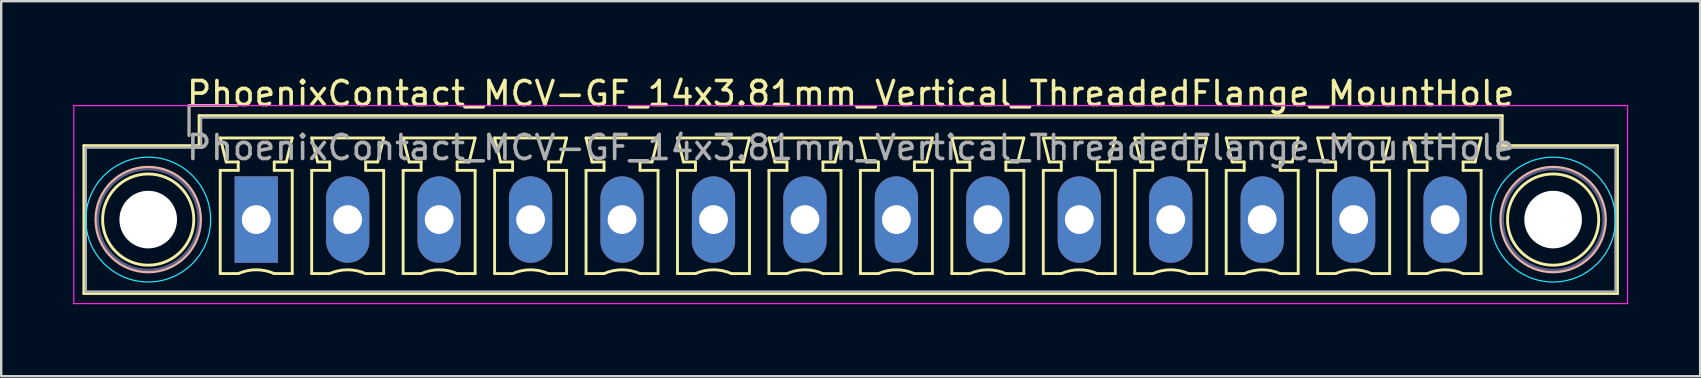
<source format=kicad_pcb>
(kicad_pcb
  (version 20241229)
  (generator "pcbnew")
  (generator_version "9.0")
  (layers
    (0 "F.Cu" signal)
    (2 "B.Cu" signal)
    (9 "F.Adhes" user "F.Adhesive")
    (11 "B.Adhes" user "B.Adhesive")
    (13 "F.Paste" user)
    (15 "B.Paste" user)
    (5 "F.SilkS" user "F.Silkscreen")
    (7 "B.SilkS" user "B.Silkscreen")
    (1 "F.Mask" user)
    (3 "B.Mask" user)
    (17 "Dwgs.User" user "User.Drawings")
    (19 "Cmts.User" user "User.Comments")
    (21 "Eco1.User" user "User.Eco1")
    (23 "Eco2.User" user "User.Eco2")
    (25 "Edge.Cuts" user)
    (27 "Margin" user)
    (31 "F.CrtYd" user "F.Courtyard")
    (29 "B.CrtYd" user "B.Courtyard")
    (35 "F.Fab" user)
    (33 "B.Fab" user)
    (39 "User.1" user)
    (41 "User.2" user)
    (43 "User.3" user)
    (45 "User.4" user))
  (footprint "PhoenixContact_MCV-GF_14x3.81mm_Vertical_ThreadedFlange_MountHole"
    (layer "F.Cu")
    (at 7.625 6.098)
    (property "Reference" "PhoenixContact_MCV-GF_14x3.81mm_Vertical_ThreadedFlange_MountHole" (at 24.765 -5.25 0) (layer "F.SilkS") (effects (font (size 1 1) (thickness 0.15))))
    (attr through_hole)
    (fp_line (start -7.18 -3.08) (end -7.18 3.08) (stroke (width 0.12) (type solid)) (layer "F.SilkS"))
    (fp_line (start -7.18 3.08) (end 56.71 3.08) (stroke (width 0.12) (type solid)) (layer "F.SilkS"))
    (fp_line (start -2.8 -4.75) (end -0.8 -4.75) (stroke (width 0.12) (type solid)) (layer "F.SilkS"))
    (fp_line (start -2.8 -3.5) (end -2.8 -4.75) (stroke (width 0.12) (type solid)) (layer "F.SilkS"))
    (fp_line (start -2.38 -4.33) (end -2.38 -3.08) (stroke (width 0.12) (type solid)) (layer "F.SilkS"))
    (fp_line (start -2.38 -3.08) (end -7.18 -3.08) (stroke (width 0.12) (type solid)) (layer "F.SilkS"))
    (fp_line (start -1.5 -3.4) (end 1.5 -3.4) (stroke (width 0.12) (type solid)) (layer "F.SilkS"))
    (fp_line (start -1.5 -2.05) (end -0.75 -2.05) (stroke (width 0.12) (type solid)) (layer "F.SilkS"))
    (fp_line (start -1.5 2.25) (end -1.5 -2.05) (stroke (width 0.12) (type solid)) (layer "F.SilkS"))
    (fp_line (start -1.25 -2.4) (end -1.5 -3.4) (stroke (width 0.12) (type solid)) (layer "F.SilkS"))
    (fp_line (start -0.75 -2.4) (end -1.25 -2.4) (stroke (width 0.12) (type solid)) (layer "F.SilkS"))
    (fp_line (start -0.75 -2.05) (end -0.75 -2.4) (stroke (width 0.12) (type solid)) (layer "F.SilkS"))
    (fp_line (start -0.75 2.25) (end -1.5 2.25) (stroke (width 0.12) (type solid)) (layer "F.SilkS"))
    (fp_line (start 0.75 -2.4) (end 0.75 -2.05) (stroke (width 0.12) (type solid)) (layer "F.SilkS"))
    (fp_line (start 0.75 -2.05) (end 1.5 -2.05) (stroke (width 0.12) (type solid)) (layer "F.SilkS"))
    (fp_line (start 1.25 -2.4) (end 0.75 -2.4) (stroke (width 0.12) (type solid)) (layer "F.SilkS"))
    (fp_line (start 1.5 -3.4) (end 1.25 -2.4) (stroke (width 0.12) (type solid)) (layer "F.SilkS"))
    (fp_line (start 1.5 -2.05) (end 1.5 2.25) (stroke (width 0.12) (type solid)) (layer "F.SilkS"))
    (fp_line (start 1.5 2.25) (end 0.75 2.25) (stroke (width 0.12) (type solid)) (layer "F.SilkS"))
    (fp_line (start 2.31 -3.4) (end 5.31 -3.4) (stroke (width 0.12) (type solid)) (layer "F.SilkS"))
    (fp_line (start 2.31 -2.05) (end 3.06 -2.05) (stroke (width 0.12) (type solid)) (layer "F.SilkS"))
    (fp_line (start 2.31 2.25) (end 2.31 -2.05) (stroke (width 0.12) (type solid)) (layer "F.SilkS"))
    (fp_line (start 2.56 -2.4) (end 2.31 -3.4) (stroke (width 0.12) (type solid)) (layer "F.SilkS"))
    (fp_line (start 3.06 -2.4) (end 2.56 -2.4) (stroke (width 0.12) (type solid)) (layer "F.SilkS"))
    (fp_line (start 3.06 -2.05) (end 3.06 -2.4) (stroke (width 0.12) (type solid)) (layer "F.SilkS"))
    (fp_line (start 3.06 2.25) (end 2.31 2.25) (stroke (width 0.12) (type solid)) (layer "F.SilkS"))
    (fp_line (start 4.56 -2.4) (end 4.56 -2.05) (stroke (width 0.12) (type solid)) (layer "F.SilkS"))
    (fp_line (start 4.56 -2.05) (end 5.31 -2.05) (stroke (width 0.12) (type solid)) (layer "F.SilkS"))
    (fp_line (start 5.06 -2.4) (end 4.56 -2.4) (stroke (width 0.12) (type solid)) (layer "F.SilkS"))
    (fp_line (start 5.31 -3.4) (end 5.06 -2.4) (stroke (width 0.12) (type solid)) (layer "F.SilkS"))
    (fp_line (start 5.31 -2.05) (end 5.31 2.25) (stroke (width 0.12) (type solid)) (layer "F.SilkS"))
    (fp_line (start 5.31 2.25) (end 4.56 2.25) (stroke (width 0.12) (type solid)) (layer "F.SilkS"))
    (fp_line (start 6.12 -3.4) (end 9.12 -3.4) (stroke (width 0.12) (type solid)) (layer "F.SilkS"))
    (fp_line (start 6.12 -2.05) (end 6.87 -2.05) (stroke (width 0.12) (type solid)) (layer "F.SilkS"))
    (fp_line (start 6.12 2.25) (end 6.12 -2.05) (stroke (width 0.12) (type solid)) (layer "F.SilkS"))
    (fp_line (start 6.37 -2.4) (end 6.12 -3.4) (stroke (width 0.12) (type solid)) (layer "F.SilkS"))
    (fp_line (start 6.87 -2.4) (end 6.37 -2.4) (stroke (width 0.12) (type solid)) (layer "F.SilkS"))
    (fp_line (start 6.87 -2.05) (end 6.87 -2.4) (stroke (width 0.12) (type solid)) (layer "F.SilkS"))
    (fp_line (start 6.87 2.25) (end 6.12 2.25) (stroke (width 0.12) (type solid)) (layer "F.SilkS"))
    (fp_line (start 8.37 -2.4) (end 8.37 -2.05) (stroke (width 0.12) (type solid)) (layer "F.SilkS"))
    (fp_line (start 8.37 -2.05) (end 9.12 -2.05) (stroke (width 0.12) (type solid)) (layer "F.SilkS"))
    (fp_line (start 8.87 -2.4) (end 8.37 -2.4) (stroke (width 0.12) (type solid)) (layer "F.SilkS"))
    (fp_line (start 9.12 -3.4) (end 8.87 -2.4) (stroke (width 0.12) (type solid)) (layer "F.SilkS"))
    (fp_line (start 9.12 -2.05) (end 9.12 2.25) (stroke (width 0.12) (type solid)) (layer "F.SilkS"))
    (fp_line (start 9.12 2.25) (end 8.37 2.25) (stroke (width 0.12) (type solid)) (layer "F.SilkS"))
    (fp_line (start 9.93 -3.4) (end 12.93 -3.4) (stroke (width 0.12) (type solid)) (layer "F.SilkS"))
    (fp_line (start 9.93 -2.05) (end 10.68 -2.05) (stroke (width 0.12) (type solid)) (layer "F.SilkS"))
    (fp_line (start 9.93 2.25) (end 9.93 -2.05) (stroke (width 0.12) (type solid)) (layer "F.SilkS"))
    (fp_line (start 10.18 -2.4) (end 9.93 -3.4) (stroke (width 0.12) (type solid)) (layer "F.SilkS"))
    (fp_line (start 10.68 -2.4) (end 10.18 -2.4) (stroke (width 0.12) (type solid)) (layer "F.SilkS"))
    (fp_line (start 10.68 -2.05) (end 10.68 -2.4) (stroke (width 0.12) (type solid)) (layer "F.SilkS"))
    (fp_line (start 10.68 2.25) (end 9.93 2.25) (stroke (width 0.12) (type solid)) (layer "F.SilkS"))
    (fp_line (start 12.18 -2.4) (end 12.18 -2.05) (stroke (width 0.12) (type solid)) (layer "F.SilkS"))
    (fp_line (start 12.18 -2.05) (end 12.93 -2.05) (stroke (width 0.12) (type solid)) (layer "F.SilkS"))
    (fp_line (start 12.68 -2.4) (end 12.18 -2.4) (stroke (width 0.12) (type solid)) (layer "F.SilkS"))
    (fp_line (start 12.93 -3.4) (end 12.68 -2.4) (stroke (width 0.12) (type solid)) (layer "F.SilkS"))
    (fp_line (start 12.93 -2.05) (end 12.93 2.25) (stroke (width 0.12) (type solid)) (layer "F.SilkS"))
    (fp_line (start 12.93 2.25) (end 12.18 2.25) (stroke (width 0.12) (type solid)) (layer "F.SilkS"))
    (fp_line (start 13.74 -3.4) (end 16.74 -3.4) (stroke (width 0.12) (type solid)) (layer "F.SilkS"))
    (fp_line (start 13.74 -2.05) (end 14.49 -2.05) (stroke (width 0.12) (type solid)) (layer "F.SilkS"))
    (fp_line (start 13.74 2.25) (end 13.74 -2.05) (stroke (width 0.12) (type solid)) (layer "F.SilkS"))
    (fp_line (start 13.99 -2.4) (end 13.74 -3.4) (stroke (width 0.12) (type solid)) (layer "F.SilkS"))
    (fp_line (start 14.49 -2.4) (end 13.99 -2.4) (stroke (width 0.12) (type solid)) (layer "F.SilkS"))
    (fp_line (start 14.49 -2.05) (end 14.49 -2.4) (stroke (width 0.12) (type solid)) (layer "F.SilkS"))
    (fp_line (start 14.49 2.25) (end 13.74 2.25) (stroke (width 0.12) (type solid)) (layer "F.SilkS"))
    (fp_line (start 15.99 -2.4) (end 15.99 -2.05) (stroke (width 0.12) (type solid)) (layer "F.SilkS"))
    (fp_line (start 15.99 -2.05) (end 16.74 -2.05) (stroke (width 0.12) (type solid)) (layer "F.SilkS"))
    (fp_line (start 16.49 -2.4) (end 15.99 -2.4) (stroke (width 0.12) (type solid)) (layer "F.SilkS"))
    (fp_line (start 16.74 -3.4) (end 16.49 -2.4) (stroke (width 0.12) (type solid)) (layer "F.SilkS"))
    (fp_line (start 16.74 -2.05) (end 16.74 2.25) (stroke (width 0.12) (type solid)) (layer "F.SilkS"))
    (fp_line (start 16.74 2.25) (end 15.99 2.25) (stroke (width 0.12) (type solid)) (layer "F.SilkS"))
    (fp_line (start 17.55 -3.4) (end 20.55 -3.4) (stroke (width 0.12) (type solid)) (layer "F.SilkS"))
    (fp_line (start 17.55 -2.05) (end 18.3 -2.05) (stroke (width 0.12) (type solid)) (layer "F.SilkS"))
    (fp_line (start 17.55 2.25) (end 17.55 -2.05) (stroke (width 0.12) (type solid)) (layer "F.SilkS"))
    (fp_line (start 17.8 -2.4) (end 17.55 -3.4) (stroke (width 0.12) (type solid)) (layer "F.SilkS"))
    (fp_line (start 18.3 -2.4) (end 17.8 -2.4) (stroke (width 0.12) (type solid)) (layer "F.SilkS"))
    (fp_line (start 18.3 -2.05) (end 18.3 -2.4) (stroke (width 0.12) (type solid)) (layer "F.SilkS"))
    (fp_line (start 18.3 2.25) (end 17.55 2.25) (stroke (width 0.12) (type solid)) (layer "F.SilkS"))
    (fp_line (start 19.8 -2.4) (end 19.8 -2.05) (stroke (width 0.12) (type solid)) (layer "F.SilkS"))
    (fp_line (start 19.8 -2.05) (end 20.55 -2.05) (stroke (width 0.12) (type solid)) (layer "F.SilkS"))
    (fp_line (start 20.3 -2.4) (end 19.8 -2.4) (stroke (width 0.12) (type solid)) (layer "F.SilkS"))
    (fp_line (start 20.55 -3.4) (end 20.3 -2.4) (stroke (width 0.12) (type solid)) (layer "F.SilkS"))
    (fp_line (start 20.55 -2.05) (end 20.55 2.25) (stroke (width 0.12) (type solid)) (layer "F.SilkS"))
    (fp_line (start 20.55 2.25) (end 19.8 2.25) (stroke (width 0.12) (type solid)) (layer "F.SilkS"))
    (fp_line (start 21.36 -3.4) (end 24.36 -3.4) (stroke (width 0.12) (type solid)) (layer "F.SilkS"))
    (fp_line (start 21.36 -2.05) (end 22.11 -2.05) (stroke (width 0.12) (type solid)) (layer "F.SilkS"))
    (fp_line (start 21.36 2.25) (end 21.36 -2.05) (stroke (width 0.12) (type solid)) (layer "F.SilkS"))
    (fp_line (start 21.61 -2.4) (end 21.36 -3.4) (stroke (width 0.12) (type solid)) (layer "F.SilkS"))
    (fp_line (start 22.11 -2.4) (end 21.61 -2.4) (stroke (width 0.12) (type solid)) (layer "F.SilkS"))
    (fp_line (start 22.11 -2.05) (end 22.11 -2.4) (stroke (width 0.12) (type solid)) (layer "F.SilkS"))
    (fp_line (start 22.11 2.25) (end 21.36 2.25) (stroke (width 0.12) (type solid)) (layer "F.SilkS"))
    (fp_line (start 23.61 -2.4) (end 23.61 -2.05) (stroke (width 0.12) (type solid)) (layer "F.SilkS"))
    (fp_line (start 23.61 -2.05) (end 24.36 -2.05) (stroke (width 0.12) (type solid)) (layer "F.SilkS"))
    (fp_line (start 24.11 -2.4) (end 23.61 -2.4) (stroke (width 0.12) (type solid)) (layer "F.SilkS"))
    (fp_line (start 24.36 -3.4) (end 24.11 -2.4) (stroke (width 0.12) (type solid)) (layer "F.SilkS"))
    (fp_line (start 24.36 -2.05) (end 24.36 2.25) (stroke (width 0.12) (type solid)) (layer "F.SilkS"))
    (fp_line (start 24.36 2.25) (end 23.61 2.25) (stroke (width 0.12) (type solid)) (layer "F.SilkS"))
    (fp_line (start 25.17 -3.4) (end 28.17 -3.4) (stroke (width 0.12) (type solid)) (layer "F.SilkS"))
    (fp_line (start 25.17 -2.05) (end 25.92 -2.05) (stroke (width 0.12) (type solid)) (layer "F.SilkS"))
    (fp_line (start 25.17 2.25) (end 25.17 -2.05) (stroke (width 0.12) (type solid)) (layer "F.SilkS"))
    (fp_line (start 25.42 -2.4) (end 25.17 -3.4) (stroke (width 0.12) (type solid)) (layer "F.SilkS"))
    (fp_line (start 25.92 -2.4) (end 25.42 -2.4) (stroke (width 0.12) (type solid)) (layer "F.SilkS"))
    (fp_line (start 25.92 -2.05) (end 25.92 -2.4) (stroke (width 0.12) (type solid)) (layer "F.SilkS"))
    (fp_line (start 25.92 2.25) (end 25.17 2.25) (stroke (width 0.12) (type solid)) (layer "F.SilkS"))
    (fp_line (start 27.42 -2.4) (end 27.42 -2.05) (stroke (width 0.12) (type solid)) (layer "F.SilkS"))
    (fp_line (start 27.42 -2.05) (end 28.17 -2.05) (stroke (width 0.12) (type solid)) (layer "F.SilkS"))
    (fp_line (start 27.92 -2.4) (end 27.42 -2.4) (stroke (width 0.12) (type solid)) (layer "F.SilkS"))
    (fp_line (start 28.17 -3.4) (end 27.92 -2.4) (stroke (width 0.12) (type solid)) (layer "F.SilkS"))
    (fp_line (start 28.17 -2.05) (end 28.17 2.25) (stroke (width 0.12) (type solid)) (layer "F.SilkS"))
    (fp_line (start 28.17 2.25) (end 27.42 2.25) (stroke (width 0.12) (type solid)) (layer "F.SilkS"))
    (fp_line (start 28.98 -3.4) (end 31.98 -3.4) (stroke (width 0.12) (type solid)) (layer "F.SilkS"))
    (fp_line (start 28.98 -2.05) (end 29.73 -2.05) (stroke (width 0.12) (type solid)) (layer "F.SilkS"))
    (fp_line (start 28.98 2.25) (end 28.98 -2.05) (stroke (width 0.12) (type solid)) (layer "F.SilkS"))
    (fp_line (start 29.23 -2.4) (end 28.98 -3.4) (stroke (width 0.12) (type solid)) (layer "F.SilkS"))
    (fp_line (start 29.73 -2.4) (end 29.23 -2.4) (stroke (width 0.12) (type solid)) (layer "F.SilkS"))
    (fp_line (start 29.73 -2.05) (end 29.73 -2.4) (stroke (width 0.12) (type solid)) (layer "F.SilkS"))
    (fp_line (start 29.73 2.25) (end 28.98 2.25) (stroke (width 0.12) (type solid)) (layer "F.SilkS"))
    (fp_line (start 31.23 -2.4) (end 31.23 -2.05) (stroke (width 0.12) (type solid)) (layer "F.SilkS"))
    (fp_line (start 31.23 -2.05) (end 31.98 -2.05) (stroke (width 0.12) (type solid)) (layer "F.SilkS"))
    (fp_line (start 31.73 -2.4) (end 31.23 -2.4) (stroke (width 0.12) (type solid)) (layer "F.SilkS"))
    (fp_line (start 31.98 -3.4) (end 31.73 -2.4) (stroke (width 0.12) (type solid)) (layer "F.SilkS"))
    (fp_line (start 31.98 -2.05) (end 31.98 2.25) (stroke (width 0.12) (type solid)) (layer "F.SilkS"))
    (fp_line (start 31.98 2.25) (end 31.23 2.25) (stroke (width 0.12) (type solid)) (layer "F.SilkS"))
    (fp_line (start 32.79 -3.4) (end 35.79 -3.4) (stroke (width 0.12) (type solid)) (layer "F.SilkS"))
    (fp_line (start 32.79 -2.05) (end 33.54 -2.05) (stroke (width 0.12) (type solid)) (layer "F.SilkS"))
    (fp_line (start 32.79 2.25) (end 32.79 -2.05) (stroke (width 0.12) (type solid)) (layer "F.SilkS"))
    (fp_line (start 33.04 -2.4) (end 32.79 -3.4) (stroke (width 0.12) (type solid)) (layer "F.SilkS"))
    (fp_line (start 33.54 -2.4) (end 33.04 -2.4) (stroke (width 0.12) (type solid)) (layer "F.SilkS"))
    (fp_line (start 33.54 -2.05) (end 33.54 -2.4) (stroke (width 0.12) (type solid)) (layer "F.SilkS"))
    (fp_line (start 33.54 2.25) (end 32.79 2.25) (stroke (width 0.12) (type solid)) (layer "F.SilkS"))
    (fp_line (start 35.04 -2.4) (end 35.04 -2.05) (stroke (width 0.12) (type solid)) (layer "F.SilkS"))
    (fp_line (start 35.04 -2.05) (end 35.79 -2.05) (stroke (width 0.12) (type solid)) (layer "F.SilkS"))
    (fp_line (start 35.54 -2.4) (end 35.04 -2.4) (stroke (width 0.12) (type solid)) (layer "F.SilkS"))
    (fp_line (start 35.79 -3.4) (end 35.54 -2.4) (stroke (width 0.12) (type solid)) (layer "F.SilkS"))
    (fp_line (start 35.79 -2.05) (end 35.79 2.25) (stroke (width 0.12) (type solid)) (layer "F.SilkS"))
    (fp_line (start 35.79 2.25) (end 35.04 2.25) (stroke (width 0.12) (type solid)) (layer "F.SilkS"))
    (fp_line (start 36.6 -3.4) (end 39.6 -3.4) (stroke (width 0.12) (type solid)) (layer "F.SilkS"))
    (fp_line (start 36.6 -2.05) (end 37.35 -2.05) (stroke (width 0.12) (type solid)) (layer "F.SilkS"))
    (fp_line (start 36.6 2.25) (end 36.6 -2.05) (stroke (width 0.12) (type solid)) (layer "F.SilkS"))
    (fp_line (start 36.85 -2.4) (end 36.6 -3.4) (stroke (width 0.12) (type solid)) (layer "F.SilkS"))
    (fp_line (start 37.35 -2.4) (end 36.85 -2.4) (stroke (width 0.12) (type solid)) (layer "F.SilkS"))
    (fp_line (start 37.35 -2.05) (end 37.35 -2.4) (stroke (width 0.12) (type solid)) (layer "F.SilkS"))
    (fp_line (start 37.35 2.25) (end 36.6 2.25) (stroke (width 0.12) (type solid)) (layer "F.SilkS"))
    (fp_line (start 38.85 -2.4) (end 38.85 -2.05) (stroke (width 0.12) (type solid)) (layer "F.SilkS"))
    (fp_line (start 38.85 -2.05) (end 39.6 -2.05) (stroke (width 0.12) (type solid)) (layer "F.SilkS"))
    (fp_line (start 39.35 -2.4) (end 38.85 -2.4) (stroke (width 0.12) (type solid)) (layer "F.SilkS"))
    (fp_line (start 39.6 -3.4) (end 39.35 -2.4) (stroke (width 0.12) (type solid)) (layer "F.SilkS"))
    (fp_line (start 39.6 -2.05) (end 39.6 2.25) (stroke (width 0.12) (type solid)) (layer "F.SilkS"))
    (fp_line (start 39.6 2.25) (end 38.85 2.25) (stroke (width 0.12) (type solid)) (layer "F.SilkS"))
    (fp_line (start 40.41 -3.4) (end 43.41 -3.4) (stroke (width 0.12) (type solid)) (layer "F.SilkS"))
    (fp_line (start 40.41 -2.05) (end 41.16 -2.05) (stroke (width 0.12) (type solid)) (layer "F.SilkS"))
    (fp_line (start 40.41 2.25) (end 40.41 -2.05) (stroke (width 0.12) (type solid)) (layer "F.SilkS"))
    (fp_line (start 40.66 -2.4) (end 40.41 -3.4) (stroke (width 0.12) (type solid)) (layer "F.SilkS"))
    (fp_line (start 41.16 -2.4) (end 40.66 -2.4) (stroke (width 0.12) (type solid)) (layer "F.SilkS"))
    (fp_line (start 41.16 -2.05) (end 41.16 -2.4) (stroke (width 0.12) (type solid)) (layer "F.SilkS"))
    (fp_line (start 41.16 2.25) (end 40.41 2.25) (stroke (width 0.12) (type solid)) (layer "F.SilkS"))
    (fp_line (start 42.66 -2.4) (end 42.66 -2.05) (stroke (width 0.12) (type solid)) (layer "F.SilkS"))
    (fp_line (start 42.66 -2.05) (end 43.41 -2.05) (stroke (width 0.12) (type solid)) (layer "F.SilkS"))
    (fp_line (start 43.16 -2.4) (end 42.66 -2.4) (stroke (width 0.12) (type solid)) (layer "F.SilkS"))
    (fp_line (start 43.41 -3.4) (end 43.16 -2.4) (stroke (width 0.12) (type solid)) (layer "F.SilkS"))
    (fp_line (start 43.41 -2.05) (end 43.41 2.25) (stroke (width 0.12) (type solid)) (layer "F.SilkS"))
    (fp_line (start 43.41 2.25) (end 42.66 2.25) (stroke (width 0.12) (type solid)) (layer "F.SilkS"))
    (fp_line (start 44.22 -3.4) (end 47.22 -3.4) (stroke (width 0.12) (type solid)) (layer "F.SilkS"))
    (fp_line (start 44.22 -2.05) (end 44.97 -2.05) (stroke (width 0.12) (type solid)) (layer "F.SilkS"))
    (fp_line (start 44.22 2.25) (end 44.22 -2.05) (stroke (width 0.12) (type solid)) (layer "F.SilkS"))
    (fp_line (start 44.47 -2.4) (end 44.22 -3.4) (stroke (width 0.12) (type solid)) (layer "F.SilkS"))
    (fp_line (start 44.97 -2.4) (end 44.47 -2.4) (stroke (width 0.12) (type solid)) (layer "F.SilkS"))
    (fp_line (start 44.97 -2.05) (end 44.97 -2.4) (stroke (width 0.12) (type solid)) (layer "F.SilkS"))
    (fp_line (start 44.97 2.25) (end 44.22 2.25) (stroke (width 0.12) (type solid)) (layer "F.SilkS"))
    (fp_line (start 46.47 -2.4) (end 46.47 -2.05) (stroke (width 0.12) (type solid)) (layer "F.SilkS"))
    (fp_line (start 46.47 -2.05) (end 47.22 -2.05) (stroke (width 0.12) (type solid)) (layer "F.SilkS"))
    (fp_line (start 46.97 -2.4) (end 46.47 -2.4) (stroke (width 0.12) (type solid)) (layer "F.SilkS"))
    (fp_line (start 47.22 -3.4) (end 46.97 -2.4) (stroke (width 0.12) (type solid)) (layer "F.SilkS"))
    (fp_line (start 47.22 -2.05) (end 47.22 2.25) (stroke (width 0.12) (type solid)) (layer "F.SilkS"))
    (fp_line (start 47.22 2.25) (end 46.47 2.25) (stroke (width 0.12) (type solid)) (layer "F.SilkS"))
    (fp_line (start 48.03 -3.4) (end 51.03 -3.4) (stroke (width 0.12) (type solid)) (layer "F.SilkS"))
    (fp_line (start 48.03 -2.05) (end 48.78 -2.05) (stroke (width 0.12) (type solid)) (layer "F.SilkS"))
    (fp_line (start 48.03 2.25) (end 48.03 -2.05) (stroke (width 0.12) (type solid)) (layer "F.SilkS"))
    (fp_line (start 48.28 -2.4) (end 48.03 -3.4) (stroke (width 0.12) (type solid)) (layer "F.SilkS"))
    (fp_line (start 48.78 -2.4) (end 48.28 -2.4) (stroke (width 0.12) (type solid)) (layer "F.SilkS"))
    (fp_line (start 48.78 -2.05) (end 48.78 -2.4) (stroke (width 0.12) (type solid)) (layer "F.SilkS"))
    (fp_line (start 48.78 2.25) (end 48.03 2.25) (stroke (width 0.12) (type solid)) (layer "F.SilkS"))
    (fp_line (start 50.28 -2.4) (end 50.28 -2.05) (stroke (width 0.12) (type solid)) (layer "F.SilkS"))
    (fp_line (start 50.28 -2.05) (end 51.03 -2.05) (stroke (width 0.12) (type solid)) (layer "F.SilkS"))
    (fp_line (start 50.78 -2.4) (end 50.28 -2.4) (stroke (width 0.12) (type solid)) (layer "F.SilkS"))
    (fp_line (start 51.03 -3.4) (end 50.78 -2.4) (stroke (width 0.12) (type solid)) (layer "F.SilkS"))
    (fp_line (start 51.03 -2.05) (end 51.03 2.25) (stroke (width 0.12) (type solid)) (layer "F.SilkS"))
    (fp_line (start 51.03 2.25) (end 50.28 2.25) (stroke (width 0.12) (type solid)) (layer "F.SilkS"))
    (fp_line (start 51.91 -4.33) (end -2.38 -4.33) (stroke (width 0.12) (type solid)) (layer "F.SilkS"))
    (fp_line (start 51.91 -3.08) (end 51.91 -4.33) (stroke (width 0.12) (type solid)) (layer "F.SilkS"))
    (fp_line (start 56.71 -3.08) (end 51.91 -3.08) (stroke (width 0.12) (type solid)) (layer "F.SilkS"))
    (fp_line (start 56.71 3.08) (end 56.71 -3.08) (stroke (width 0.12) (type solid)) (layer "F.SilkS"))
    (fp_arc (start -0.75 2.25) (mid -0.000193 2.09191) (end 0.749647 2.249844) (stroke (width 0.12) (type solid)) (layer "F.SilkS"))
    (fp_arc (start 3.06 2.25) (mid 3.809807 2.09191) (end 4.559647 2.249844) (stroke (width 0.12) (type solid)) (layer "F.SilkS"))
    (fp_arc (start 6.87 2.25) (mid 7.619807 2.09191) (end 8.369647 2.249844) (stroke (width 0.12) (type solid)) (layer "F.SilkS"))
    (fp_arc (start 10.68 2.25) (mid 11.429807 2.09191) (end 12.179647 2.249844) (stroke (width 0.12) (type solid)) (layer "F.SilkS"))
    (fp_arc (start 14.49 2.25) (mid 15.239807 2.09191) (end 15.989647 2.249844) (stroke (width 0.12) (type solid)) (layer "F.SilkS"))
    (fp_arc (start 18.3 2.25) (mid 19.049807 2.09191) (end 19.799647 2.249844) (stroke (width 0.12) (type solid)) (layer "F.SilkS"))
    (fp_arc (start 22.11 2.25) (mid 22.859807 2.09191) (end 23.609647 2.249844) (stroke (width 0.12) (type solid)) (layer "F.SilkS"))
    (fp_arc (start 25.92 2.25) (mid 26.669807 2.09191) (end 27.419647 2.249844) (stroke (width 0.12) (type solid)) (layer "F.SilkS"))
    (fp_arc (start 29.73 2.25) (mid 30.479807 2.09191) (end 31.229647 2.249844) (stroke (width 0.12) (type solid)) (layer "F.SilkS"))
    (fp_arc (start 33.54 2.25) (mid 34.289807 2.09191) (end 35.039647 2.249844) (stroke (width 0.12) (type solid)) (layer "F.SilkS"))
    (fp_arc (start 37.35 2.25) (mid 38.099807 2.09191) (end 38.849647 2.249844) (stroke (width 0.12) (type solid)) (layer "F.SilkS"))
    (fp_arc (start 41.16 2.25) (mid 41.909807 2.09191) (end 42.659647 2.249844) (stroke (width 0.12) (type solid)) (layer "F.SilkS"))
    (fp_arc (start 44.97 2.25) (mid 45.719807 2.09191) (end 46.469647 2.249844) (stroke (width 0.12) (type solid)) (layer "F.SilkS"))
    (fp_arc (start 48.78 2.25) (mid 49.529807 2.09191) (end 50.279647 2.249844) (stroke (width 0.12) (type solid)) (layer "F.SilkS"))
    (fp_circle (center -4.5 0) (end -2.6 0) (stroke (width 0.12) (type solid)) (fill no) (layer "F.SilkS"))
    (fp_circle (center 54.03 0) (end 55.93 0) (stroke (width 0.12) (type solid)) (fill no) (layer "F.SilkS"))
    (fp_circle (center -4.5 0) (end -2.32 0) (stroke (width 0.12) (type solid)) (fill no) (layer "B.SilkS"))
    (fp_circle (center 54.03 0) (end 56.21 0) (stroke (width 0.12) (type solid)) (fill no) (layer "B.SilkS"))
    (fp_circle (center -4.5 0) (end -1.9 0) (stroke (width 0.05) (type solid)) (fill no) (layer "B.CrtYd"))
    (fp_circle (center 54.03 0) (end 56.63 0) (stroke (width 0.05) (type solid)) (fill no) (layer "B.CrtYd"))
    (fp_line (start -7.6 -4.75) (end -7.6 3.5) (stroke (width 0.05) (type solid)) (layer "F.CrtYd"))
    (fp_line (start -7.6 3.5) (end 57.13 3.5) (stroke (width 0.05) (type solid)) (layer "F.CrtYd"))
    (fp_line (start 57.13 -4.75) (end -7.6 -4.75) (stroke (width 0.05) (type solid)) (layer "F.CrtYd"))
    (fp_line (start 57.13 3.5) (end 57.13 -4.75) (stroke (width 0.05) (type solid)) (layer "F.CrtYd"))
    (fp_circle (center -4.5 0) (end -2.4 0) (stroke (width 0.1) (type solid)) (fill no) (layer "B.Fab"))
    (fp_circle (center 54.03 0) (end 56.13 0) (stroke (width 0.1) (type solid)) (fill no) (layer "B.Fab"))
    (fp_line (start -7.1 -3) (end -7.1 3) (stroke (width 0.1) (type solid)) (layer "F.Fab"))
    (fp_line (start -7.1 3) (end 56.63 3) (stroke (width 0.1) (type solid)) (layer "F.Fab"))
    (fp_line (start -2.8 -4.75) (end -0.8 -4.75) (stroke (width 0.1) (type solid)) (layer "F.Fab"))
    (fp_line (start -2.8 -3.5) (end -2.8 -4.75) (stroke (width 0.1) (type solid)) (layer "F.Fab"))
    (fp_line (start -2.3 -4.25) (end -2.3 -3) (stroke (width 0.1) (type solid)) (layer "F.Fab"))
    (fp_line (start -2.3 -3) (end -7.1 -3) (stroke (width 0.1) (type solid)) (layer "F.Fab"))
    (fp_line (start 51.83 -4.25) (end -2.3 -4.25) (stroke (width 0.1) (type solid)) (layer "F.Fab"))
    (fp_line (start 51.83 -3) (end 51.83 -4.25) (stroke (width 0.1) (type solid)) (layer "F.Fab"))
    (fp_line (start 56.63 -3) (end 51.83 -3) (stroke (width 0.1) (type solid)) (layer "F.Fab"))
    (fp_line (start 56.63 3) (end 56.63 -3) (stroke (width 0.1) (type solid)) (layer "F.Fab"))
    (fp_text user "${REFERENCE}" (at 24.765 -3 0) (layer "F.Fab") (effects (font (size 1 1) (thickness 0.15))))
    (pad "" np_thru_hole circle (at -4.5 0) (size 2.4 2.4) (drill 2.4) (layers "*.Cu" "*.Mask"))
    (pad "" np_thru_hole circle (at 54.03 0) (size 2.4 2.4) (drill 2.4) (layers "*.Cu" "*.Mask"))
    (pad "1" thru_hole rect (at 0 0) (size 1.8 3.6) (drill 1.2) (layers "*.Cu" "*.Mask"))
    (pad "2" thru_hole oval (at 3.81 0) (size 1.8 3.6) (drill 1.2) (layers "*.Cu" "*.Mask"))
    (pad "3" thru_hole oval (at 7.62 0) (size 1.8 3.6) (drill 1.2) (layers "*.Cu" "*.Mask"))
    (pad "4" thru_hole oval (at 11.43 0) (size 1.8 3.6) (drill 1.2) (layers "*.Cu" "*.Mask"))
    (pad "5" thru_hole oval (at 15.24 0) (size 1.8 3.6) (drill 1.2) (layers "*.Cu" "*.Mask"))
    (pad "6" thru_hole oval (at 19.05 0) (size 1.8 3.6) (drill 1.2) (layers "*.Cu" "*.Mask"))
    (pad "7" thru_hole oval (at 22.86 0) (size 1.8 3.6) (drill 1.2) (layers "*.Cu" "*.Mask"))
    (pad "8" thru_hole oval (at 26.67 0) (size 1.8 3.6) (drill 1.2) (layers "*.Cu" "*.Mask"))
    (pad "9" thru_hole oval (at 30.48 0) (size 1.8 3.6) (drill 1.2) (layers "*.Cu" "*.Mask"))
    (pad "10" thru_hole oval (at 34.29 0) (size 1.8 3.6) (drill 1.2) (layers "*.Cu" "*.Mask"))
    (pad "11" thru_hole oval (at 38.1 0) (size 1.8 3.6) (drill 1.2) (layers "*.Cu" "*.Mask"))
    (pad "12" thru_hole oval (at 41.91 0) (size 1.8 3.6) (drill 1.2) (layers "*.Cu" "*.Mask"))
    (pad "13" thru_hole oval (at 45.72 0) (size 1.8 3.6) (drill 1.2) (layers "*.Cu" "*.Mask"))
    (pad "14" thru_hole oval (at 49.53 0) (size 1.8 3.6) (drill 1.2) (layers "*.Cu" "*.Mask")))
  (gr_rect
    (start -3 -3)
    (end 67.78 12.623)
    (stroke (width 0.1) (type default))
    (fill no)
    (layer "Edge.Cuts")))
</source>
